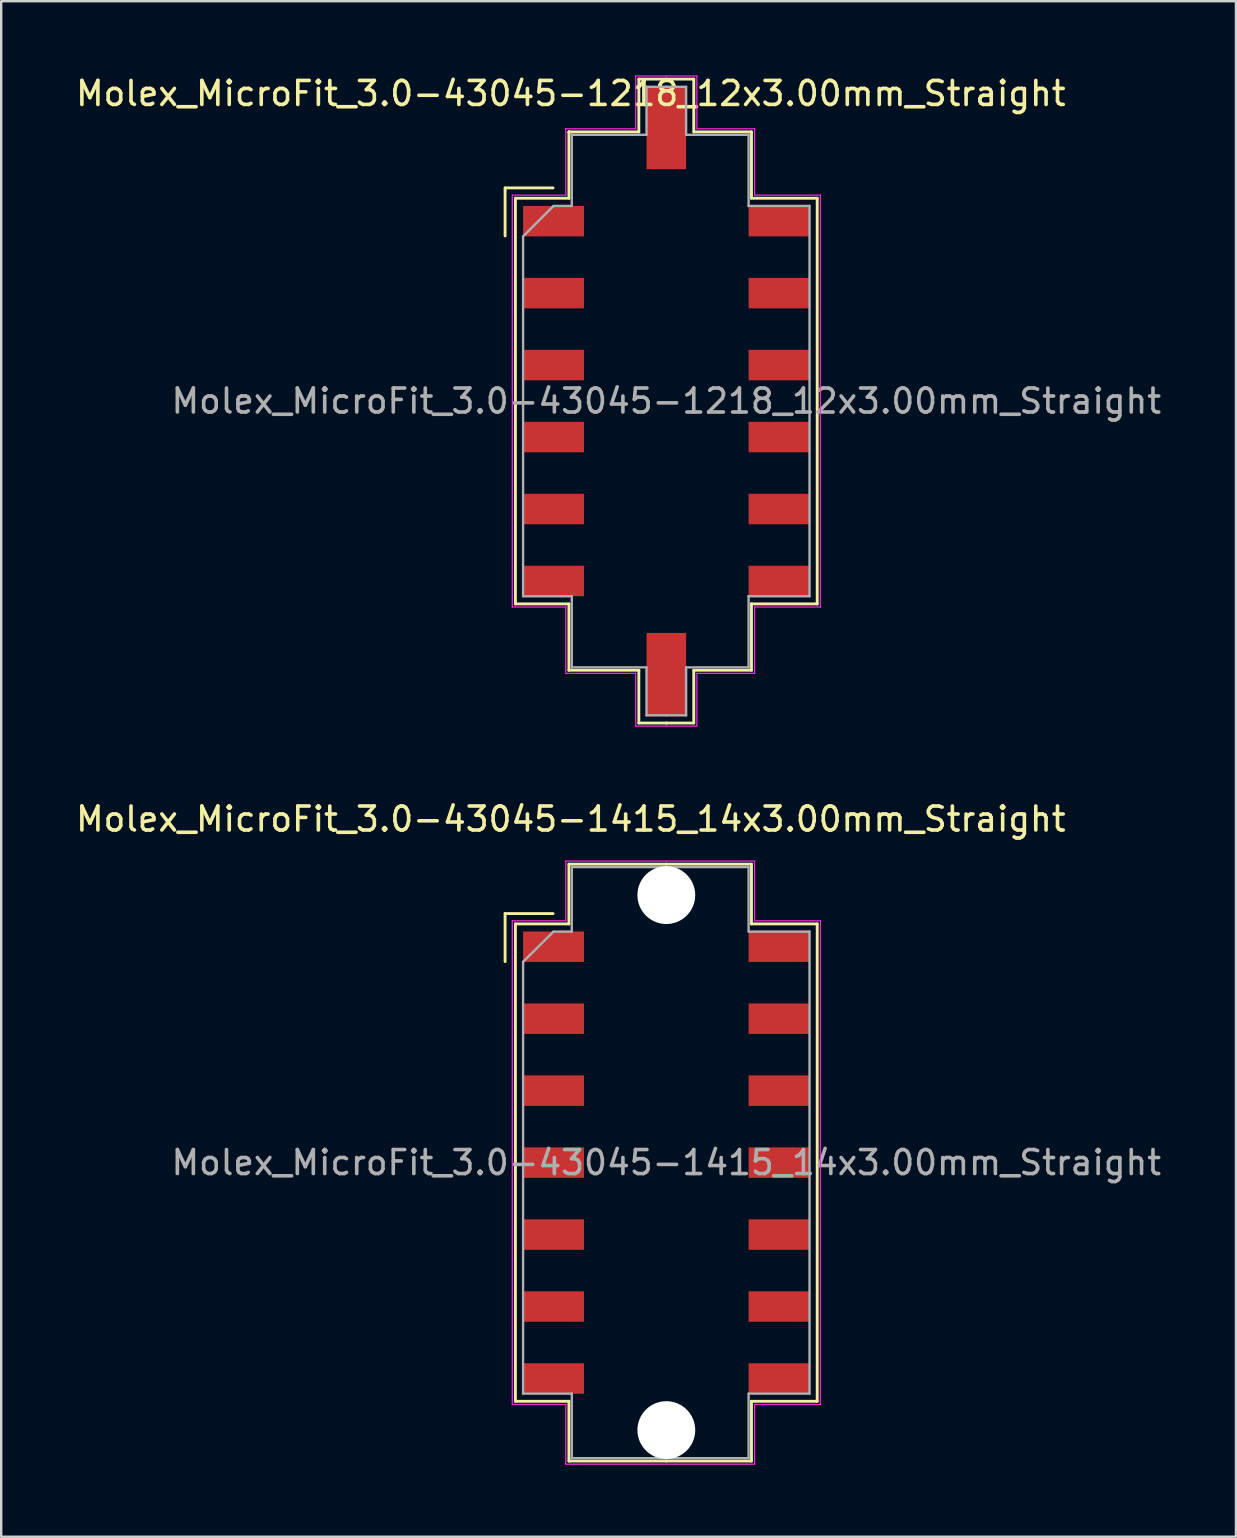
<source format=kicad_pcb>
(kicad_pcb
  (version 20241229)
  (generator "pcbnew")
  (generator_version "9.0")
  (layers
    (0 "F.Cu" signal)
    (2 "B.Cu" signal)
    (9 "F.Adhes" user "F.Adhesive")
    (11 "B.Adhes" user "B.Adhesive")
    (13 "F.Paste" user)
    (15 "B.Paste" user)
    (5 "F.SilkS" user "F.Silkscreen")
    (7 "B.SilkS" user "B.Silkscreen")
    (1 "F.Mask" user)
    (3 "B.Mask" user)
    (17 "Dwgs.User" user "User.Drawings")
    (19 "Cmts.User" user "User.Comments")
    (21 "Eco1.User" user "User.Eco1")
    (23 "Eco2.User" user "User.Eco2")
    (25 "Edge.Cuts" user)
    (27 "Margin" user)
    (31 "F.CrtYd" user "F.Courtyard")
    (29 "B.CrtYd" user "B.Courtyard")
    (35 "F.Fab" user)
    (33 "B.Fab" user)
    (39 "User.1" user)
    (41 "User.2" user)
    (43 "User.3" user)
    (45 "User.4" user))
  (footprint "Molex_MicroFit_3.0-43045-1415_14x3.00mm_Straight"
    (layer "F.Cu")
    (at 24.724 45.411)
    (property "Reference" "Molex_MicroFit_3.0-43045-1415_14x3.00mm_Straight" (at -3.98 -14.32 0) (layer "F.SilkS") (effects (font (size 1 1) (thickness 0.15))))
    (attr smd)
    (fp_line (start -6.72 -10.38) (end -6.72 -8.38) (stroke (width 0.12) (type solid)) (layer "F.SilkS"))
    (fp_line (start -6.29 -9.95) (end -4.06 -9.95) (stroke (width 0.12) (type solid)) (layer "F.SilkS"))
    (fp_line (start -6.29 9.95) (end -6.29 -9.95) (stroke (width 0.12) (type solid)) (layer "F.SilkS"))
    (fp_line (start -4.72 -10.38) (end -6.72 -10.38) (stroke (width 0.12) (type solid)) (layer "F.SilkS"))
    (fp_line (start -4.06 -12.44) (end 0 -12.44) (stroke (width 0.12) (type solid)) (layer "F.SilkS"))
    (fp_line (start -4.06 -9.95) (end -4.06 -12.44) (stroke (width 0.12) (type solid)) (layer "F.SilkS"))
    (fp_line (start -4.06 9.95) (end -6.29 9.95) (stroke (width 0.12) (type solid)) (layer "F.SilkS"))
    (fp_line (start -4.06 12.44) (end -4.06 9.95) (stroke (width 0.12) (type solid)) (layer "F.SilkS"))
    (fp_line (start 0 -12.44) (end 3.55 -12.44) (stroke (width 0.12) (type solid)) (layer "F.SilkS"))
    (fp_line (start 0 12.44) (end -4.06 12.44) (stroke (width 0.12) (type solid)) (layer "F.SilkS"))
    (fp_line (start 3.55 -12.44) (end 3.55 -9.95) (stroke (width 0.12) (type solid)) (layer "F.SilkS"))
    (fp_line (start 3.55 -9.95) (end 6.29 -9.95) (stroke (width 0.12) (type solid)) (layer "F.SilkS"))
    (fp_line (start 3.55 9.95) (end 3.55 12.44) (stroke (width 0.12) (type solid)) (layer "F.SilkS"))
    (fp_line (start 3.55 12.44) (end 0 12.44) (stroke (width 0.12) (type solid)) (layer "F.SilkS"))
    (fp_line (start 6.29 -9.95) (end 6.29 9.95) (stroke (width 0.12) (type solid)) (layer "F.SilkS"))
    (fp_line (start 6.29 9.95) (end 3.55 9.95) (stroke (width 0.12) (type solid)) (layer "F.SilkS"))
    (fp_line (start -6.42 -10.08) (end -4.19 -10.08) (stroke (width 0.05) (type solid)) (layer "F.CrtYd"))
    (fp_line (start -6.42 10.08) (end -6.42 -10.08) (stroke (width 0.05) (type solid)) (layer "F.CrtYd"))
    (fp_line (start -4.19 -12.57) (end 0 -12.57) (stroke (width 0.05) (type solid)) (layer "F.CrtYd"))
    (fp_line (start -4.19 -10.08) (end -4.19 -12.57) (stroke (width 0.05) (type solid)) (layer "F.CrtYd"))
    (fp_line (start -4.19 10.08) (end -6.42 10.08) (stroke (width 0.05) (type solid)) (layer "F.CrtYd"))
    (fp_line (start -4.19 12.57) (end -4.19 10.08) (stroke (width 0.05) (type solid)) (layer "F.CrtYd"))
    (fp_line (start 0 -12.57) (end 3.68 -12.57) (stroke (width 0.05) (type solid)) (layer "F.CrtYd"))
    (fp_line (start 0 12.57) (end -4.19 12.57) (stroke (width 0.05) (type solid)) (layer "F.CrtYd"))
    (fp_line (start 3.68 -12.57) (end 3.68 -10.08) (stroke (width 0.05) (type solid)) (layer "F.CrtYd"))
    (fp_line (start 3.68 -10.08) (end 6.42 -10.08) (stroke (width 0.05) (type solid)) (layer "F.CrtYd"))
    (fp_line (start 3.68 10.08) (end 3.68 12.57) (stroke (width 0.05) (type solid)) (layer "F.CrtYd"))
    (fp_line (start 3.68 12.57) (end 0 12.57) (stroke (width 0.05) (type solid)) (layer "F.CrtYd"))
    (fp_line (start 6.42 -10.08) (end 6.42 10.08) (stroke (width 0.05) (type solid)) (layer "F.CrtYd"))
    (fp_line (start 6.42 10.08) (end 3.68 10.08) (stroke (width 0.05) (type solid)) (layer "F.CrtYd"))
    (fp_line (start -5.97 -8.37) (end -4.7 -9.63) (stroke (width 0.1) (type solid)) (layer "F.Fab"))
    (fp_line (start -5.97 9.63) (end -5.97 -8.37) (stroke (width 0.1) (type solid)) (layer "F.Fab"))
    (fp_line (start -4.7 -9.63) (end -3.94 -9.63) (stroke (width 0.1) (type solid)) (layer "F.Fab"))
    (fp_line (start -3.94 -12.32) (end 0 -12.32) (stroke (width 0.1) (type solid)) (layer "F.Fab"))
    (fp_line (start -3.94 -9.63) (end -3.94 -12.32) (stroke (width 0.1) (type solid)) (layer "F.Fab"))
    (fp_line (start -3.94 9.63) (end -5.97 9.63) (stroke (width 0.1) (type solid)) (layer "F.Fab"))
    (fp_line (start -3.94 12.32) (end -3.94 9.63) (stroke (width 0.1) (type solid)) (layer "F.Fab"))
    (fp_line (start 0 -12.32) (end 3.43 -12.32) (stroke (width 0.1) (type solid)) (layer "F.Fab"))
    (fp_line (start 0 12.32) (end -3.94 12.32) (stroke (width 0.1) (type solid)) (layer "F.Fab"))
    (fp_line (start 3.43 -12.32) (end 3.43 -9.63) (stroke (width 0.1) (type solid)) (layer "F.Fab"))
    (fp_line (start 3.43 -9.63) (end 5.97 -9.63) (stroke (width 0.1) (type solid)) (layer "F.Fab"))
    (fp_line (start 3.43 9.63) (end 3.43 12.32) (stroke (width 0.1) (type solid)) (layer "F.Fab"))
    (fp_line (start 3.43 12.32) (end 0 12.32) (stroke (width 0.1) (type solid)) (layer "F.Fab"))
    (fp_line (start 5.97 -9.63) (end 5.97 9.63) (stroke (width 0.1) (type solid)) (layer "F.Fab"))
    (fp_line (start 5.97 9.63) (end 3.43 9.63) (stroke (width 0.1) (type solid)) (layer "F.Fab"))
    (fp_text user "${REFERENCE}" (at 0 0 0) (layer "F.Fab") (effects (font (size 1 1) (thickness 0.15))))
    (pad "" np_thru_hole circle (at 0 -11.15) (size 2.41 2.41) (drill 2.41) (layers "*.Cu"))
    (pad "" np_thru_hole circle (at 0 11.15) (size 2.41 2.41) (drill 2.41) (layers "*.Cu"))
    (pad "1" smd rect (at -4.7 -9) (size 2.54 1.27) (layers "F.Cu" "F.Mask" "F.Paste"))
    (pad "2" smd rect (at -4.7 -6) (size 2.54 1.27) (layers "F.Cu" "F.Mask" "F.Paste"))
    (pad "3" smd rect (at -4.7 -3) (size 2.54 1.27) (layers "F.Cu" "F.Mask" "F.Paste"))
    (pad "4" smd rect (at -4.7 0) (size 2.54 1.27) (layers "F.Cu" "F.Mask" "F.Paste"))
    (pad "5" smd rect (at -4.7 3) (size 2.54 1.27) (layers "F.Cu" "F.Mask" "F.Paste"))
    (pad "6" smd rect (at -4.7 6) (size 2.54 1.27) (layers "F.Cu" "F.Mask" "F.Paste"))
    (pad "7" smd rect (at -4.7 9) (size 2.54 1.27) (layers "F.Cu" "F.Mask" "F.Paste"))
    (pad "8" smd rect (at 4.7 9) (size 2.54 1.27) (layers "F.Cu" "F.Mask" "F.Paste"))
    (pad "9" smd rect (at 4.7 6) (size 2.54 1.27) (layers "F.Cu" "F.Mask" "F.Paste"))
    (pad "10" smd rect (at 4.7 3) (size 2.54 1.27) (layers "F.Cu" "F.Mask" "F.Paste"))
    (pad "11" smd rect (at 4.7 0) (size 2.54 1.27) (layers "F.Cu" "F.Mask" "F.Paste"))
    (pad "12" smd rect (at 4.7 -3) (size 2.54 1.27) (layers "F.Cu" "F.Mask" "F.Paste"))
    (pad "13" smd rect (at 4.7 -6) (size 2.54 1.27) (layers "F.Cu" "F.Mask" "F.Paste"))
    (pad "14" smd rect (at 4.7 -9) (size 2.54 1.27) (layers "F.Cu" "F.Mask" "F.Paste")))
  (footprint "Molex_MicroFit_3.0-43045-1218_12x3.00mm_Straight"
    (layer "F.Cu")
    (at 24.724 13.668)
    (property "Reference" "Molex_MicroFit_3.0-43045-1218_12x3.00mm_Straight" (at -3.98 -12.82 0) (layer "F.SilkS") (effects (font (size 1 1) (thickness 0.15))))
    (attr smd)
    (fp_line (start -6.72 -8.885) (end -6.72 -6.885) (stroke (width 0.12) (type solid)) (layer "F.SilkS"))
    (fp_line (start -6.29 -8.455) (end -4.06 -8.455) (stroke (width 0.12) (type solid)) (layer "F.SilkS"))
    (fp_line (start -6.29 8.455) (end -6.29 -8.455) (stroke (width 0.12) (type solid)) (layer "F.SilkS"))
    (fp_line (start -4.72 -8.885) (end -6.72 -8.885) (stroke (width 0.12) (type solid)) (layer "F.SilkS"))
    (fp_line (start -4.06 -11.22) (end -4.06 -11.22) (stroke (width 0.12) (type solid)) (layer "F.SilkS"))
    (fp_line (start -4.06 -11.22) (end -1.145 -11.22) (stroke (width 0.12) (type solid)) (layer "F.SilkS"))
    (fp_line (start -4.06 -8.455) (end -4.06 -11.22) (stroke (width 0.12) (type solid)) (layer "F.SilkS"))
    (fp_line (start -4.06 8.455) (end -6.29 8.455) (stroke (width 0.12) (type solid)) (layer "F.SilkS"))
    (fp_line (start -4.06 11.22) (end -4.06 8.455) (stroke (width 0.12) (type solid)) (layer "F.SilkS"))
    (fp_line (start -1.145 -13.42) (end 0 -13.42) (stroke (width 0.12) (type solid)) (layer "F.SilkS"))
    (fp_line (start -1.145 -11.22) (end -1.145 -13.42) (stroke (width 0.12) (type solid)) (layer "F.SilkS"))
    (fp_line (start -1.145 11.22) (end -4.06 11.22) (stroke (width 0.12) (type solid)) (layer "F.SilkS"))
    (fp_line (start -1.145 13.42) (end -1.145 11.22) (stroke (width 0.12) (type solid)) (layer "F.SilkS"))
    (fp_line (start 0 -13.42) (end 1.145 -13.42) (stroke (width 0.12) (type solid)) (layer "F.SilkS"))
    (fp_line (start 0 13.42) (end -1.145 13.42) (stroke (width 0.12) (type solid)) (layer "F.SilkS"))
    (fp_line (start 1.145 -13.42) (end 1.145 -11.22) (stroke (width 0.12) (type solid)) (layer "F.SilkS"))
    (fp_line (start 1.145 -11.22) (end 3.55 -11.22) (stroke (width 0.12) (type solid)) (layer "F.SilkS"))
    (fp_line (start 1.145 11.22) (end 1.145 13.42) (stroke (width 0.12) (type solid)) (layer "F.SilkS"))
    (fp_line (start 1.145 13.42) (end 0 13.42) (stroke (width 0.12) (type solid)) (layer "F.SilkS"))
    (fp_line (start 3.55 -11.22) (end 3.55 -8.455) (stroke (width 0.12) (type solid)) (layer "F.SilkS"))
    (fp_line (start 3.55 -8.455) (end 6.29 -8.455) (stroke (width 0.12) (type solid)) (layer "F.SilkS"))
    (fp_line (start 3.55 8.455) (end 3.55 8.455) (stroke (width 0.12) (type solid)) (layer "F.SilkS"))
    (fp_line (start 3.55 8.455) (end 3.55 11.22) (stroke (width 0.12) (type solid)) (layer "F.SilkS"))
    (fp_line (start 3.55 11.22) (end 1.145 11.22) (stroke (width 0.12) (type solid)) (layer "F.SilkS"))
    (fp_line (start 6.29 -8.455) (end 6.29 8.455) (stroke (width 0.12) (type solid)) (layer "F.SilkS"))
    (fp_line (start 6.29 8.455) (end 3.55 8.455) (stroke (width 0.12) (type solid)) (layer "F.SilkS"))
    (fp_line (start -6.42 -8.585) (end -4.19 -8.585) (stroke (width 0.05) (type solid)) (layer "F.CrtYd"))
    (fp_line (start -6.42 8.585) (end -6.42 -8.585) (stroke (width 0.05) (type solid)) (layer "F.CrtYd"))
    (fp_line (start -4.19 -11.35) (end -4.19 -11.35) (stroke (width 0.05) (type solid)) (layer "F.CrtYd"))
    (fp_line (start -4.19 -11.35) (end -1.275 -11.35) (stroke (width 0.05) (type solid)) (layer "F.CrtYd"))
    (fp_line (start -4.19 -8.585) (end -4.19 -11.35) (stroke (width 0.05) (type solid)) (layer "F.CrtYd"))
    (fp_line (start -4.19 8.585) (end -6.42 8.585) (stroke (width 0.05) (type solid)) (layer "F.CrtYd"))
    (fp_line (start -4.19 11.35) (end -4.19 8.585) (stroke (width 0.05) (type solid)) (layer "F.CrtYd"))
    (fp_line (start -1.275 -13.55) (end 0 -13.55) (stroke (width 0.05) (type solid)) (layer "F.CrtYd"))
    (fp_line (start -1.275 -11.35) (end -1.275 -13.55) (stroke (width 0.05) (type solid)) (layer "F.CrtYd"))
    (fp_line (start -1.275 11.35) (end -4.19 11.35) (stroke (width 0.05) (type solid)) (layer "F.CrtYd"))
    (fp_line (start -1.275 13.55) (end -1.275 11.35) (stroke (width 0.05) (type solid)) (layer "F.CrtYd"))
    (fp_line (start 0 -13.55) (end 1.275 -13.55) (stroke (width 0.05) (type solid)) (layer "F.CrtYd"))
    (fp_line (start 0 13.55) (end -1.275 13.55) (stroke (width 0.05) (type solid)) (layer "F.CrtYd"))
    (fp_line (start 1.275 -13.55) (end 1.275 -11.35) (stroke (width 0.05) (type solid)) (layer "F.CrtYd"))
    (fp_line (start 1.275 -11.35) (end 3.68 -11.35) (stroke (width 0.05) (type solid)) (layer "F.CrtYd"))
    (fp_line (start 1.275 11.35) (end 1.275 13.55) (stroke (width 0.05) (type solid)) (layer "F.CrtYd"))
    (fp_line (start 1.275 13.55) (end 0 13.55) (stroke (width 0.05) (type solid)) (layer "F.CrtYd"))
    (fp_line (start 3.68 -11.35) (end 3.68 -8.585) (stroke (width 0.05) (type solid)) (layer "F.CrtYd"))
    (fp_line (start 3.68 -8.585) (end 6.42 -8.585) (stroke (width 0.05) (type solid)) (layer "F.CrtYd"))
    (fp_line (start 3.68 8.585) (end 3.68 8.585) (stroke (width 0.05) (type solid)) (layer "F.CrtYd"))
    (fp_line (start 3.68 8.585) (end 3.68 11.35) (stroke (width 0.05) (type solid)) (layer "F.CrtYd"))
    (fp_line (start 3.68 11.35) (end 1.275 11.35) (stroke (width 0.05) (type solid)) (layer "F.CrtYd"))
    (fp_line (start 6.42 -8.585) (end 6.42 8.585) (stroke (width 0.05) (type solid)) (layer "F.CrtYd"))
    (fp_line (start 6.42 8.585) (end 3.68 8.585) (stroke (width 0.05) (type solid)) (layer "F.CrtYd"))
    (fp_line (start -5.97 -6.865) (end -4.7 -8.135) (stroke (width 0.1) (type solid)) (layer "F.Fab"))
    (fp_line (start -5.97 8.135) (end -5.97 -6.865) (stroke (width 0.1) (type solid)) (layer "F.Fab"))
    (fp_line (start -4.7 -8.135) (end -3.94 -8.135) (stroke (width 0.1) (type solid)) (layer "F.Fab"))
    (fp_line (start -3.94 -11.1) (end -3.94 -11.1) (stroke (width 0.1) (type solid)) (layer "F.Fab"))
    (fp_line (start -3.94 -11.1) (end -0.825 -11.1) (stroke (width 0.1) (type solid)) (layer "F.Fab"))
    (fp_line (start -3.94 -8.135) (end -3.94 -11.1) (stroke (width 0.1) (type solid)) (layer "F.Fab"))
    (fp_line (start -3.94 8.135) (end -5.97 8.135) (stroke (width 0.1) (type solid)) (layer "F.Fab"))
    (fp_line (start -3.94 11.1) (end -3.94 8.135) (stroke (width 0.1) (type solid)) (layer "F.Fab"))
    (fp_line (start -0.825 -13.1) (end 0 -13.1) (stroke (width 0.1) (type solid)) (layer "F.Fab"))
    (fp_line (start -0.825 -11.1) (end -0.825 -13.1) (stroke (width 0.1) (type solid)) (layer "F.Fab"))
    (fp_line (start -0.825 11.1) (end -3.94 11.1) (stroke (width 0.1) (type solid)) (layer "F.Fab"))
    (fp_line (start -0.825 13.1) (end -0.825 11.1) (stroke (width 0.1) (type solid)) (layer "F.Fab"))
    (fp_line (start 0 -13.1) (end 0.825 -13.1) (stroke (width 0.1) (type solid)) (layer "F.Fab"))
    (fp_line (start 0 13.1) (end -0.825 13.1) (stroke (width 0.1) (type solid)) (layer "F.Fab"))
    (fp_line (start 0.825 -13.1) (end 0.825 -11.1) (stroke (width 0.1) (type solid)) (layer "F.Fab"))
    (fp_line (start 0.825 -11.1) (end 3.43 -11.1) (stroke (width 0.1) (type solid)) (layer "F.Fab"))
    (fp_line (start 0.825 11.1) (end 0.825 13.1) (stroke (width 0.1) (type solid)) (layer "F.Fab"))
    (fp_line (start 0.825 13.1) (end 0 13.1) (stroke (width 0.1) (type solid)) (layer "F.Fab"))
    (fp_line (start 3.43 -11.1) (end 3.43 -8.135) (stroke (width 0.1) (type solid)) (layer "F.Fab"))
    (fp_line (start 3.43 -8.135) (end 5.97 -8.135) (stroke (width 0.1) (type solid)) (layer "F.Fab"))
    (fp_line (start 3.43 8.135) (end 3.43 8.135) (stroke (width 0.1) (type solid)) (layer "F.Fab"))
    (fp_line (start 3.43 8.135) (end 3.43 11.1) (stroke (width 0.1) (type solid)) (layer "F.Fab"))
    (fp_line (start 3.43 11.1) (end 0.825 11.1) (stroke (width 0.1) (type solid)) (layer "F.Fab"))
    (fp_line (start 5.97 -8.135) (end 5.97 8.135) (stroke (width 0.1) (type solid)) (layer "F.Fab"))
    (fp_line (start 5.97 8.135) (end 3.43 8.135) (stroke (width 0.1) (type solid)) (layer "F.Fab"))
    (fp_text user "${REFERENCE}" (at 0 0 0) (layer "F.Fab") (effects (font (size 1 1) (thickness 0.15))))
    (pad "" smd rect (at 0 -11.38) (size 1.65 3.43) (layers "F.Cu" "F.Mask" "F.Paste"))
    (pad "" smd rect (at 0 11.38) (size 1.65 3.43) (layers "F.Cu" "F.Mask" "F.Paste"))
    (pad "1" smd rect (at -4.7 -7.5) (size 2.54 1.27) (layers "F.Cu" "F.Mask" "F.Paste"))
    (pad "2" smd rect (at -4.7 -4.5) (size 2.54 1.27) (layers "F.Cu" "F.Mask" "F.Paste"))
    (pad "3" smd rect (at -4.7 -1.5) (size 2.54 1.27) (layers "F.Cu" "F.Mask" "F.Paste"))
    (pad "4" smd rect (at -4.7 1.5) (size 2.54 1.27) (layers "F.Cu" "F.Mask" "F.Paste"))
    (pad "5" smd rect (at -4.7 4.5) (size 2.54 1.27) (layers "F.Cu" "F.Mask" "F.Paste"))
    (pad "6" smd rect (at -4.7 7.5) (size 2.54 1.27) (layers "F.Cu" "F.Mask" "F.Paste"))
    (pad "7" smd rect (at 4.7 7.5) (size 2.54 1.27) (layers "F.Cu" "F.Mask" "F.Paste"))
    (pad "8" smd rect (at 4.7 4.5) (size 2.54 1.27) (layers "F.Cu" "F.Mask" "F.Paste"))
    (pad "9" smd rect (at 4.7 1.5) (size 2.54 1.27) (layers "F.Cu" "F.Mask" "F.Paste"))
    (pad "10" smd rect (at 4.7 -1.5) (size 2.54 1.27) (layers "F.Cu" "F.Mask" "F.Paste"))
    (pad "11" smd rect (at 4.7 -4.5) (size 2.54 1.27) (layers "F.Cu" "F.Mask" "F.Paste"))
    (pad "12" smd rect (at 4.7 -7.5) (size 2.54 1.27) (layers "F.Cu" "F.Mask" "F.Paste")))
  (gr_rect
    (start -3 -3)
    (end 48.468 61.007)
    (stroke (width 0.1) (type default))
    (fill no)
    (layer "Edge.Cuts")))
</source>
